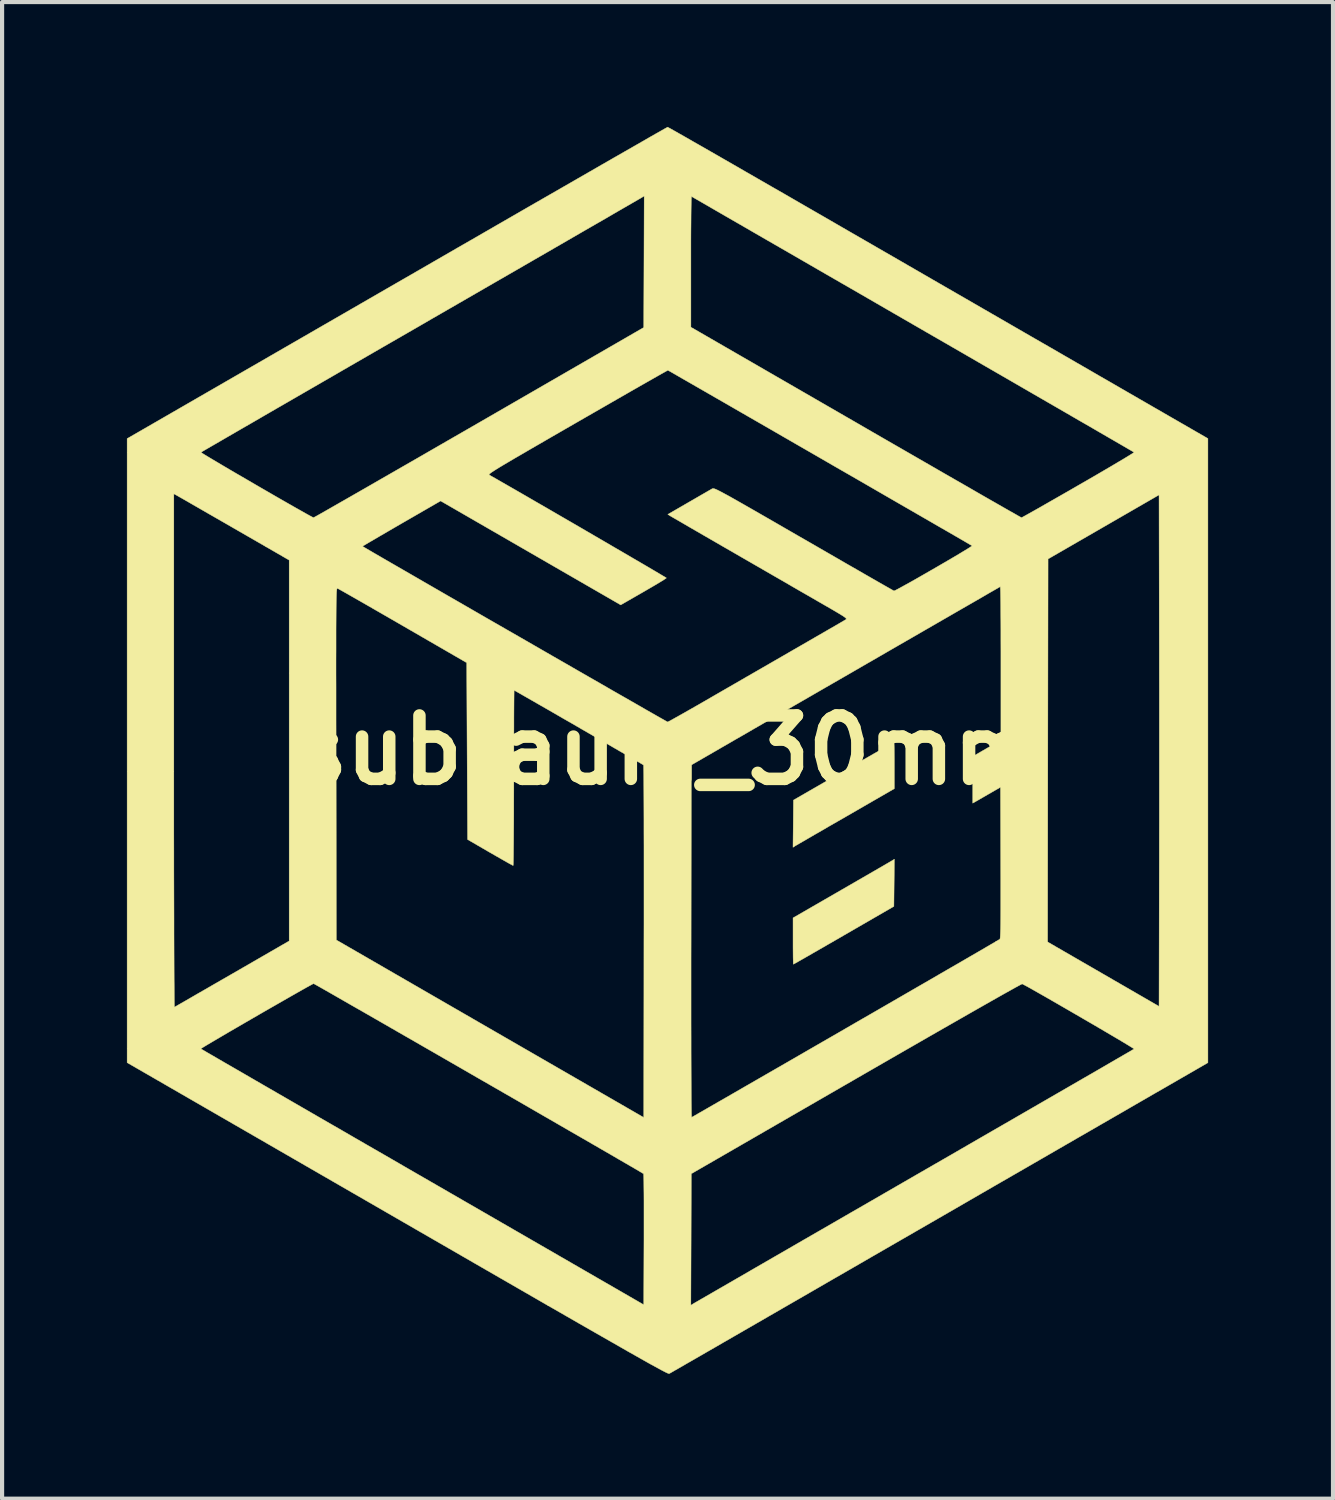
<source format=kicad_pcb>
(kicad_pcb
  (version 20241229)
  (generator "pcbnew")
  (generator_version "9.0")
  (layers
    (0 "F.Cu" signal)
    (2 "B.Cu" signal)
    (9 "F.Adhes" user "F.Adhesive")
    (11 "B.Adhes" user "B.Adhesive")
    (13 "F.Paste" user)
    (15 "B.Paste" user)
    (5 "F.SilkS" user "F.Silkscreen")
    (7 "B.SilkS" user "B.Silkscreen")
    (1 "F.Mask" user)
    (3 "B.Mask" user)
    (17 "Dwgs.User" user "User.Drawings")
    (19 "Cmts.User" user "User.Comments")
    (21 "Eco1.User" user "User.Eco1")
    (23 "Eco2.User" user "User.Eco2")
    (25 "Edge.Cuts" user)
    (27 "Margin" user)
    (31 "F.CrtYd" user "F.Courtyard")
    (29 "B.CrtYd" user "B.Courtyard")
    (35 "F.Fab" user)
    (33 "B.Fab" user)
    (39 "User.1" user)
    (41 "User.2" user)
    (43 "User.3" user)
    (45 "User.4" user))
  (footprint "subraum_30mm"
    (layer "F.Cu")
    (at 12.98 14.977)
    (property "Reference" "subraum_30mm" (at 0 0 0) (layer "F.SilkS") (effects (font (size 1.524 1.524) (thickness 0.3))))
    (attr through_hole)
    (fp_poly (pts (xy 5.455 -0.17) (xy 5.457 -0.113) (xy 5.459 -0.025) (xy 5.46 0.089) (xy 5.461 0.224) (xy 5.461 0.367) (xy 5.461 0.924) (xy 4.292 1.599) (xy 4.087 1.717) (xy 3.891 1.829) (xy 3.71 1.935) (xy 3.544 2.03) (xy 3.398 2.115) (xy 3.276 2.186) (xy 3.179 2.242) (xy 3.112 2.281) (xy 3.077 2.301) (xy 3.074 2.303) (xy 3.026 2.334) (xy 3.032 1.767) (xy 3.037 1.2) (xy 4.241 0.505) (xy 4.448 0.386) (xy 4.643 0.273) (xy 4.825 0.168) (xy 4.989 0.074) (xy 5.134 -0.009) (xy 5.255 -0.079) (xy 5.35 -0.133) (xy 5.416 -0.17) (xy 5.449 -0.189) (xy 5.453 -0.191) (xy 5.455 -0.17)) (stroke (width 0.01) (type solid)) (fill yes) (layer "F.SilkS"))
    (fp_poly (pts (xy 5.456 3.186) (xy 5.45 3.753) (xy 4.248 4.448) (xy 4.041 4.568) (xy 3.846 4.68) (xy 3.664 4.785) (xy 3.499 4.88) (xy 3.355 4.963) (xy 3.234 5.032) (xy 3.139 5.086) (xy 3.073 5.123) (xy 3.039 5.142) (xy 3.036 5.144) (xy 3.033 5.123) (xy 3.031 5.066) (xy 3.029 4.978) (xy 3.028 4.864) (xy 3.027 4.729) (xy 3.027 4.587) (xy 3.027 4.03) (xy 4.196 3.355) (xy 4.401 3.237) (xy 4.596 3.124) (xy 4.778 3.019) (xy 4.944 2.923) (xy 5.089 2.839) (xy 5.212 2.768) (xy 5.309 2.711) (xy 5.376 2.672) (xy 5.411 2.652) (xy 5.414 2.65) (xy 5.462 2.619) (xy 5.456 3.186)) (stroke (width 0.01) (type solid)) (fill yes) (layer "F.SilkS"))
    (fp_poly (pts (xy 0.033 -14.961) (xy 0.089 -14.931) (xy 0.177 -14.881) (xy 0.297 -14.813) (xy 0.447 -14.728) (xy 0.624 -14.626) (xy 0.828 -14.51) (xy 1.056 -14.379) (xy 1.308 -14.234) (xy 1.58 -14.078) (xy 1.871 -13.91) (xy 2.18 -13.732) (xy 2.505 -13.545) (xy 2.845 -13.35) (xy 3.196 -13.147) (xy 3.558 -12.938) (xy 3.77 -12.816) (xy 4.42 -12.44) (xy 5.035 -12.085) (xy 5.616 -11.75) (xy 6.164 -11.433) (xy 6.68 -11.135) (xy 7.167 -10.854) (xy 7.624 -10.59) (xy 8.054 -10.342) (xy 8.457 -10.109) (xy 8.836 -9.89) (xy 9.191 -9.686) (xy 9.523 -9.494) (xy 9.834 -9.314) (xy 10.126 -9.146) (xy 10.398 -8.988) (xy 10.654 -8.841) (xy 10.894 -8.702) (xy 11.119 -8.572) (xy 11.33 -8.45) (xy 11.53 -8.335) (xy 11.718 -8.226) (xy 11.898 -8.123) (xy 11.933 -8.102) (xy 12.996 -7.489) (xy 12.996 7.51) (xy 11.933 8.124) (xy 11.737 8.236) (xy 11.511 8.367) (xy 11.259 8.512) (xy 10.989 8.669) (xy 10.704 8.833) (xy 10.411 9.002) (xy 10.117 9.172) (xy 9.825 9.34) (xy 9.543 9.503) (xy 9.313 9.636) (xy 8.588 10.055) (xy 7.899 10.452) (xy 7.245 10.83) (xy 6.626 11.188) (xy 6.04 11.526) (xy 5.487 11.845) (xy 4.965 12.146) (xy 4.476 12.429) (xy 4.016 12.694) (xy 3.587 12.942) (xy 3.186 13.174) (xy 2.813 13.389) (xy 2.468 13.588) (xy 2.15 13.772) (xy 1.858 13.94) (xy 1.59 14.095) (xy 1.347 14.235) (xy 1.128 14.362) (xy 0.931 14.475) (xy 0.757 14.576) (xy 0.604 14.664) (xy 0.471 14.74) (xy 0.358 14.806) (xy 0.264 14.86) (xy 0.188 14.903) (xy 0.13 14.937) (xy 0.088 14.961) (xy 0.062 14.975) (xy 0.052 14.981) (xy 0.044 14.981) (xy 0.03 14.977) (xy 0.006 14.967) (xy -0.027 14.952) (xy -0.07 14.93) (xy -0.126 14.901) (xy -0.194 14.864) (xy -0.276 14.819) (xy -0.374 14.766) (xy -0.487 14.703) (xy -0.618 14.629) (xy -0.766 14.545) (xy -0.935 14.45) (xy -1.123 14.342) (xy -1.333 14.222) (xy -1.566 14.089) (xy -1.823 13.942) (xy -2.104 13.781) (xy -2.411 13.604) (xy -2.745 13.412) (xy -2.873 13.339) (xy 0.571 13.339) (xy 0.64 13.296) (xy 0.664 13.282) (xy 0.723 13.248) (xy 0.816 13.194) (xy 0.941 13.122) (xy 1.097 13.032) (xy 1.282 12.925) (xy 1.495 12.802) (xy 1.734 12.664) (xy 1.998 12.511) (xy 2.285 12.345) (xy 2.595 12.166) (xy 2.924 11.976) (xy 3.273 11.774) (xy 3.639 11.563) (xy 4.022 11.342) (xy 4.418 11.113) (xy 4.828 10.877) (xy 5.25 10.633) (xy 5.681 10.384) (xy 5.958 10.224) (xy 6.395 9.972) (xy 6.822 9.726) (xy 7.238 9.485) (xy 7.641 9.252) (xy 8.031 9.027) (xy 8.405 8.811) (xy 8.763 8.604) (xy 9.102 8.408) (xy 9.422 8.223) (xy 9.72 8.051) (xy 9.996 7.891) (xy 10.248 7.746) (xy 10.474 7.615) (xy 10.673 7.499) (xy 10.844 7.4) (xy 10.985 7.318) (xy 11.094 7.255) (xy 11.171 7.21) (xy 11.214 7.185) (xy 11.222 7.179) (xy 11.206 7.167) (xy 11.157 7.136) (xy 11.079 7.088) (xy 10.973 7.024) (xy 10.846 6.948) (xy 10.698 6.861) (xy 10.535 6.765) (xy 10.36 6.662) (xy 10.175 6.554) (xy 9.985 6.444) (xy 9.793 6.332) (xy 9.603 6.222) (xy 9.418 6.115) (xy 9.241 6.013) (xy 9.076 5.918) (xy 8.926 5.833) (xy 8.796 5.759) (xy 8.688 5.698) (xy 8.605 5.653) (xy 8.552 5.625) (xy 8.533 5.616) (xy 8.512 5.626) (xy 8.455 5.656) (xy 8.365 5.705) (xy 8.243 5.773) (xy 8.091 5.858) (xy 7.909 5.961) (xy 7.701 6.079) (xy 7.467 6.212) (xy 7.209 6.359) (xy 6.928 6.52) (xy 6.627 6.692) (xy 6.306 6.876) (xy 5.967 7.071) (xy 5.612 7.275) (xy 5.242 7.488) (xy 4.859 7.709) (xy 4.54 7.893) (xy 0.582 10.178) (xy 0.577 11.758) (xy 0.571 13.339) (xy -2.873 13.339) (xy -3.107 13.204) (xy -3.499 12.978) (xy -3.92 12.735) (xy -4.373 12.474) (xy -4.858 12.194) (xy -5.376 11.895) (xy -5.929 11.576) (xy -6.483 11.256) (xy -12.975 7.508) (xy -12.975 7.176) (xy -11.204 7.176) (xy -11.185 7.187) (xy -11.131 7.218) (xy -11.043 7.27) (xy -10.923 7.339) (xy -10.772 7.427) (xy -10.591 7.532) (xy -10.383 7.652) (xy -10.148 7.788) (xy -9.888 7.939) (xy -9.604 8.103) (xy -9.298 8.28) (xy -8.971 8.469) (xy -8.625 8.669) (xy -8.261 8.88) (xy -7.88 9.099) (xy -7.485 9.328) (xy -7.076 9.564) (xy -6.654 9.807) (xy -6.223 10.057) (xy -5.878 10.256) (xy -0.561 13.326) (xy -0.555 11.76) (xy -0.555 11.506) (xy -0.555 11.265) (xy -0.555 11.039) (xy -0.555 10.832) (xy -0.556 10.648) (xy -0.558 10.489) (xy -0.559 10.36) (xy -0.561 10.262) (xy -0.564 10.201) (xy -0.566 10.178) (xy -0.587 10.166) (xy -0.642 10.133) (xy -0.729 10.081) (xy -0.848 10.012) (xy -0.994 9.927) (xy -1.167 9.827) (xy -1.364 9.712) (xy -1.584 9.585) (xy -1.824 9.446) (xy -2.082 9.297) (xy -2.356 9.139) (xy -2.645 8.972) (xy -2.945 8.799) (xy -3.256 8.619) (xy -3.574 8.435) (xy -3.899 8.248) (xy -4.227 8.059) (xy -4.558 7.869) (xy -4.888 7.678) (xy -5.216 7.489) (xy -5.539 7.303) (xy -5.857 7.12) (xy -6.166 6.942) (xy -6.464 6.771) (xy -6.75 6.606) (xy -7.022 6.45) (xy -7.277 6.303) (xy -7.514 6.168) (xy -7.73 6.044) (xy -7.923 5.933) (xy -8.092 5.836) (xy -8.234 5.755) (xy -8.347 5.691) (xy -8.43 5.644) (xy -8.479 5.617) (xy -8.494 5.609) (xy -8.516 5.619) (xy -8.571 5.649) (xy -8.655 5.695) (xy -8.765 5.757) (xy -8.897 5.832) (xy -9.048 5.918) (xy -9.214 6.013) (xy -9.392 6.115) (xy -9.579 6.222) (xy -9.77 6.332) (xy -9.963 6.444) (xy -10.153 6.554) (xy -10.339 6.662) (xy -10.515 6.764) (xy -10.678 6.86) (xy -10.826 6.947) (xy -10.955 7.023) (xy -11.06 7.085) (xy -11.139 7.133) (xy -11.188 7.164) (xy -11.204 7.176) (xy -12.975 7.176) (xy -12.975 0.011) (xy -11.853 0.011) (xy -11.853 0.519) (xy -11.853 1.016) (xy -11.853 1.501) (xy -11.853 1.971) (xy -11.852 2.424) (xy -11.852 2.86) (xy -11.851 3.277) (xy -11.85 3.673) (xy -11.849 4.045) (xy -11.849 4.394) (xy -11.848 4.716) (xy -11.847 5.011) (xy -11.846 5.277) (xy -11.845 5.511) (xy -11.843 5.713) (xy -11.842 5.88) (xy -11.841 6.012) (xy -11.84 6.106) (xy -11.839 6.16) (xy -11.837 6.175) (xy -11.817 6.163) (xy -11.763 6.132) (xy -11.678 6.083) (xy -11.564 6.018) (xy -11.426 5.938) (xy -11.266 5.845) (xy -11.086 5.742) (xy -10.889 5.628) (xy -10.679 5.507) (xy -10.458 5.38) (xy -10.451 5.376) (xy -9.081 4.585) (xy -9.081 -2.157) (xy -7.956 -2.157) (xy -7.956 -1.853) (xy -7.955 -1.516) (xy -7.955 -1.144) (xy -7.955 -0.735) (xy -7.954 -0.287) (xy -7.954 0.2) (xy -7.953 0.331) (xy -7.948 4.561) (xy -4.255 6.694) (xy -0.561 8.826) (xy -0.557 5.82) (xy 0.576 5.82) (xy 0.576 6.201) (xy 0.576 6.563) (xy 0.577 6.907) (xy 0.577 7.228) (xy 0.578 7.526) (xy 0.579 7.798) (xy 0.58 8.043) (xy 0.581 8.258) (xy 0.582 8.441) (xy 0.584 8.591) (xy 0.585 8.705) (xy 0.587 8.782) (xy 0.589 8.82) (xy 0.589 8.823) (xy 0.609 8.812) (xy 0.664 8.781) (xy 0.752 8.73) (xy 0.871 8.662) (xy 1.02 8.576) (xy 1.197 8.474) (xy 1.401 8.357) (xy 1.628 8.226) (xy 1.879 8.081) (xy 2.15 7.925) (xy 2.441 7.757) (xy 2.749 7.58) (xy 3.073 7.393) (xy 3.41 7.198) (xy 3.76 6.996) (xy 4.121 6.788) (xy 4.288 6.691) (xy 4.653 6.48) (xy 5.009 6.275) (xy 5.353 6.076) (xy 5.683 5.885) (xy 5.999 5.702) (xy 6.299 5.529) (xy 6.579 5.366) (xy 6.84 5.215) (xy 7.079 5.077) (xy 7.294 4.952) (xy 7.484 4.842) (xy 7.647 4.747) (xy 7.78 4.669) (xy 7.884 4.609) (xy 7.884 4.608) (xy 9.144 4.608) (xy 10.483 5.382) (xy 11.822 6.156) (xy 11.827 3.09) (xy 11.828 2.661) (xy 11.828 2.197) (xy 11.829 1.704) (xy 11.829 1.188) (xy 11.829 0.658) (xy 11.829 0.12) (xy 11.829 -0.42) (xy 11.829 -0.954) (xy 11.829 -1.476) (xy 11.828 -1.979) (xy 11.828 -2.457) (xy 11.827 -2.901) (xy 11.827 -3.055) (xy 11.822 -6.135) (xy 9.155 -4.595) (xy 9.149 0.007) (xy 9.144 4.608) (xy 7.884 4.608) (xy 7.954 4.567) (xy 7.991 4.545) (xy 7.996 4.542) (xy 8.001 4.529) (xy 8.005 4.5) (xy 8.008 4.451) (xy 8.011 4.381) (xy 8.014 4.286) (xy 8.016 4.166) (xy 8.017 4.018) (xy 8.018 3.838) (xy 8.018 3.626) (xy 8.018 3.379) (xy 8.018 3.095) (xy 8.017 2.771) (xy 8.017 2.703) (xy 8.012 0.889) (xy 7.8 1.012) (xy 7.7 1.069) (xy 7.6 1.127) (xy 7.512 1.178) (xy 7.467 1.204) (xy 7.345 1.273) (xy 7.345 0.151) (xy 7.684 -0.045) (xy 8.022 -0.241) (xy 8.022 -2.09) (xy 8.022 -2.366) (xy 8.021 -2.629) (xy 8.021 -2.876) (xy 8.02 -3.105) (xy 8.018 -3.312) (xy 8.017 -3.494) (xy 8.015 -3.648) (xy 8.013 -3.772) (xy 8.011 -3.862) (xy 8.008 -3.916) (xy 8.006 -3.93) (xy 7.987 -3.919) (xy 7.932 -3.887) (xy 7.845 -3.837) (xy 7.726 -3.769) (xy 7.579 -3.683) (xy 7.404 -3.582) (xy 7.204 -3.467) (xy 6.98 -3.338) (xy 6.734 -3.196) (xy 6.469 -3.043) (xy 6.186 -2.88) (xy 5.887 -2.707) (xy 5.574 -2.527) (xy 5.249 -2.339) (xy 4.914 -2.145) (xy 4.826 -2.095) (xy 4.479 -1.894) (xy 4.136 -1.696) (xy 3.799 -1.502) (xy 3.472 -1.313) (xy 3.155 -1.13) (xy 2.853 -0.956) (xy 2.566 -0.79) (xy 2.297 -0.635) (xy 2.049 -0.492) (xy 1.824 -0.361) (xy 1.623 -0.246) (xy 1.451 -0.146) (xy 1.308 -0.064) (xy 1.197 0.001) (xy 1.122 0.044) (xy 0.582 0.356) (xy 0.577 4.593) (xy 0.576 5.014) (xy 0.576 5.424) (xy 0.576 5.82) (xy -0.557 5.82) (xy -0.556 4.6) (xy -0.555 4.18) (xy -0.555 3.771) (xy -0.555 3.375) (xy -0.555 2.995) (xy -0.555 2.632) (xy -0.555 2.289) (xy -0.556 1.967) (xy -0.556 1.668) (xy -0.557 1.395) (xy -0.558 1.149) (xy -0.559 0.932) (xy -0.56 0.747) (xy -0.561 0.595) (xy -0.563 0.479) (xy -0.564 0.4) (xy -0.566 0.361) (xy -0.566 0.357) (xy -0.586 0.344) (xy -0.64 0.312) (xy -0.723 0.264) (xy -0.833 0.199) (xy -0.967 0.121) (xy -1.121 0.032) (xy -1.292 -0.067) (xy -1.476 -0.174) (xy -1.671 -0.287) (xy -1.874 -0.404) (xy -2.08 -0.523) (xy -2.286 -0.643) (xy -2.491 -0.76) (xy -2.689 -0.875) (xy -2.878 -0.984) (xy -3.055 -1.085) (xy -3.216 -1.178) (xy -3.358 -1.259) (xy -3.478 -1.328) (xy -3.572 -1.382) (xy -3.638 -1.419) (xy -3.671 -1.438) (xy -3.675 -1.439) (xy -3.676 -1.419) (xy -3.677 -1.358) (xy -3.678 -1.262) (xy -3.679 -1.131) (xy -3.68 -0.969) (xy -3.681 -0.78) (xy -3.681 -0.565) (xy -3.682 -0.327) (xy -3.682 -0.07) (xy -3.683 0.204) (xy -3.683 0.492) (xy -3.683 0.667) (xy -3.683 0.961) (xy -3.684 1.244) (xy -3.684 1.511) (xy -3.685 1.76) (xy -3.687 1.989) (xy -3.688 2.194) (xy -3.69 2.372) (xy -3.691 2.522) (xy -3.693 2.639) (xy -3.695 2.721) (xy -3.698 2.765) (xy -3.699 2.772) (xy -3.721 2.762) (xy -3.774 2.733) (xy -3.855 2.688) (xy -3.958 2.629) (xy -4.079 2.56) (xy -4.214 2.482) (xy -4.255 2.459) (xy -4.794 2.146) (xy -4.805 0.022) (xy -4.815 -2.102) (xy -6.35 -2.99) (xy -6.585 -3.126) (xy -6.809 -3.255) (xy -7.021 -3.377) (xy -7.217 -3.49) (xy -7.395 -3.592) (xy -7.551 -3.681) (xy -7.684 -3.757) (xy -7.79 -3.817) (xy -7.867 -3.86) (xy -7.911 -3.884) (xy -7.922 -3.889) (xy -7.926 -3.889) (xy -7.93 -3.884) (xy -7.934 -3.874) (xy -7.937 -3.857) (xy -7.94 -3.83) (xy -7.943 -3.792) (xy -7.945 -3.741) (xy -7.947 -3.676) (xy -7.949 -3.594) (xy -7.951 -3.495) (xy -7.952 -3.377) (xy -7.953 -3.237) (xy -7.954 -3.074) (xy -7.955 -2.886) (xy -7.955 -2.672) (xy -7.955 -2.429) (xy -7.956 -2.157) (xy -9.081 -2.157) (xy -9.081 -4.567) (xy -9.655 -4.899) (xy -7.318 -4.899) (xy -7.298 -4.886) (xy -7.243 -4.854) (xy -7.156 -4.803) (xy -7.038 -4.734) (xy -6.893 -4.65) (xy -6.721 -4.55) (xy -6.525 -4.437) (xy -6.308 -4.312) (xy -6.071 -4.175) (xy -5.817 -4.028) (xy -5.547 -3.872) (xy -5.265 -3.709) (xy -4.971 -3.54) (xy -4.668 -3.365) (xy -4.358 -3.186) (xy -4.043 -3.005) (xy -3.726 -2.823) (xy -3.408 -2.64) (xy -3.092 -2.458) (xy -2.78 -2.278) (xy -2.473 -2.102) (xy -2.175 -1.93) (xy -1.886 -1.764) (xy -1.61 -1.606) (xy -1.349 -1.455) (xy -1.104 -1.315) (xy -0.877 -1.185) (xy -0.671 -1.067) (xy -0.489 -0.962) (xy -0.331 -0.872) (xy -0.2 -0.797) (xy -0.098 -0.74) (xy -0.028 -0.7) (xy 0.008 -0.68) (xy 0.013 -0.677) (xy 0.035 -0.688) (xy 0.091 -0.717) (xy 0.176 -0.765) (xy 0.289 -0.828) (xy 0.424 -0.904) (xy 0.58 -0.993) (xy 0.752 -1.091) (xy 0.938 -1.198) (xy 1.103 -1.294) (xy 1.344 -1.433) (xy 1.611 -1.587) (xy 1.896 -1.752) (xy 2.188 -1.92) (xy 2.479 -2.088) (xy 2.76 -2.25) (xy 3.021 -2.401) (xy 3.217 -2.514) (xy 3.411 -2.626) (xy 3.594 -2.732) (xy 3.764 -2.83) (xy 3.916 -2.918) (xy 4.048 -2.994) (xy 4.156 -3.057) (xy 4.236 -3.104) (xy 4.286 -3.133) (xy 4.301 -3.143) (xy 4.308 -3.153) (xy 4.3 -3.169) (xy 4.273 -3.193) (xy 4.224 -3.227) (xy 4.148 -3.274) (xy 4.042 -3.337) (xy 3.931 -3.402) (xy 3.851 -3.448) (xy 3.738 -3.513) (xy 3.596 -3.595) (xy 3.427 -3.693) (xy 3.235 -3.803) (xy 3.024 -3.925) (xy 2.797 -4.057) (xy 2.557 -4.195) (xy 2.308 -4.339) (xy 2.053 -4.486) (xy 1.831 -4.614) (xy 1.584 -4.757) (xy 1.346 -4.894) (xy 1.12 -5.025) (xy 0.91 -5.146) (xy 0.717 -5.258) (xy 0.544 -5.358) (xy 0.395 -5.445) (xy 0.271 -5.517) (xy 0.175 -5.572) (xy 0.11 -5.61) (xy 0.079 -5.628) (xy 0.078 -5.629) (xy 0.018 -5.666) (xy 0.522 -5.958) (xy 0.657 -6.036) (xy 0.783 -6.109) (xy 0.894 -6.173) (xy 0.984 -6.225) (xy 1.048 -6.262) (xy 1.081 -6.281) (xy 1.082 -6.281) (xy 1.091 -6.286) (xy 1.102 -6.288) (xy 1.116 -6.287) (xy 1.137 -6.282) (xy 1.165 -6.272) (xy 1.203 -6.255) (xy 1.253 -6.23) (xy 1.317 -6.197) (xy 1.396 -6.154) (xy 1.494 -6.101) (xy 1.611 -6.035) (xy 1.75 -5.956) (xy 1.913 -5.863) (xy 2.102 -5.755) (xy 2.319 -5.63) (xy 2.566 -5.488) (xy 2.844 -5.327) (xy 3.156 -5.147) (xy 3.283 -5.074) (xy 3.561 -4.914) (xy 3.829 -4.759) (xy 4.084 -4.612) (xy 4.324 -4.473) (xy 4.548 -4.345) (xy 4.752 -4.227) (xy 4.935 -4.122) (xy 5.094 -4.031) (xy 5.227 -3.955) (xy 5.331 -3.896) (xy 5.405 -3.854) (xy 5.445 -3.831) (xy 5.453 -3.828) (xy 5.475 -3.836) (xy 5.53 -3.864) (xy 5.612 -3.908) (xy 5.717 -3.966) (xy 5.842 -4.035) (xy 5.982 -4.114) (xy 6.132 -4.2) (xy 6.29 -4.291) (xy 6.45 -4.383) (xy 6.608 -4.475) (xy 6.761 -4.564) (xy 6.904 -4.648) (xy 7.033 -4.725) (xy 7.144 -4.792) (xy 7.233 -4.846) (xy 7.295 -4.886) (xy 7.326 -4.908) (xy 7.329 -4.912) (xy 7.309 -4.924) (xy 7.255 -4.955) (xy 7.169 -5.006) (xy 7.052 -5.074) (xy 6.907 -5.158) (xy 6.736 -5.257) (xy 6.541 -5.369) (xy 6.324 -5.495) (xy 6.088 -5.631) (xy 5.834 -5.778) (xy 5.565 -5.933) (xy 5.283 -6.096) (xy 4.989 -6.266) (xy 4.687 -6.441) (xy 4.378 -6.619) (xy 4.063 -6.8) (xy 3.747 -6.983) (xy 3.43 -7.166) (xy 3.114 -7.348) (xy 2.802 -7.528) (xy 2.496 -7.705) (xy 2.199 -7.876) (xy 1.911 -8.042) (xy 1.635 -8.201) (xy 1.374 -8.352) (xy 1.13 -8.492) (xy 0.904 -8.622) (xy 0.699 -8.74) (xy 0.517 -8.845) (xy 0.36 -8.935) (xy 0.23 -9.01) (xy 0.13 -9.068) (xy 0.061 -9.107) (xy 0.025 -9.127) (xy 0.021 -9.13) (xy 0.001 -9.12) (xy -0.053 -9.09) (xy -0.139 -9.042) (xy -0.255 -8.976) (xy -0.399 -8.894) (xy -0.568 -8.798) (xy -0.759 -8.689) (xy -0.972 -8.567) (xy -1.203 -8.434) (xy -1.45 -8.292) (xy -1.711 -8.142) (xy -1.984 -7.985) (xy -2.156 -7.886) (xy -2.484 -7.697) (xy -2.777 -7.528) (xy -3.037 -7.377) (xy -3.266 -7.245) (xy -3.466 -7.128) (xy -3.639 -7.028) (xy -3.786 -6.941) (xy -3.91 -6.868) (xy -4.012 -6.807) (xy -4.094 -6.757) (xy -4.158 -6.716) (xy -4.207 -6.684) (xy -4.241 -6.66) (xy -4.263 -6.641) (xy -4.274 -6.628) (xy -4.278 -6.62) (xy -4.274 -6.614) (xy -4.271 -6.612) (xy -4.218 -6.582) (xy -4.134 -6.535) (xy -4.022 -6.47) (xy -3.884 -6.391) (xy -3.724 -6.299) (xy -3.543 -6.195) (xy -3.346 -6.081) (xy -3.134 -5.958) (xy -2.91 -5.829) (xy -2.678 -5.694) (xy -2.44 -5.556) (xy -2.198 -5.416) (xy -1.956 -5.275) (xy -1.716 -5.135) (xy -1.482 -4.999) (xy -1.255 -4.866) (xy -1.038 -4.74) (xy -0.835 -4.621) (xy -0.648 -4.512) (xy -0.48 -4.414) (xy -0.334 -4.328) (xy -0.212 -4.256) (xy -0.117 -4.199) (xy -0.052 -4.161) (xy -0.02 -4.141) (xy -0.017 -4.138) (xy -0.035 -4.124) (xy -0.085 -4.091) (xy -0.163 -4.043) (xy -0.264 -3.982) (xy -0.384 -3.912) (xy -0.518 -3.834) (xy -0.566 -3.806) (xy -1.114 -3.491) (xy -5.442 -5.99) (xy -6.383 -5.447) (xy -6.564 -5.342) (xy -6.734 -5.243) (xy -6.889 -5.153) (xy -7.025 -5.073) (xy -7.14 -5.006) (xy -7.229 -4.954) (xy -7.289 -4.918) (xy -7.317 -4.9) (xy -7.318 -4.899) (xy -9.655 -4.899) (xy -10.419 -5.339) (xy -10.639 -5.466) (xy -10.848 -5.586) (xy -11.045 -5.699) (xy -11.225 -5.803) (xy -11.387 -5.896) (xy -11.527 -5.977) (xy -11.642 -6.043) (xy -11.729 -6.092) (xy -11.784 -6.124) (xy -11.806 -6.136) (xy -11.853 -6.161) (xy -11.853 0.011) (xy -12.975 0.011) (xy -12.975 -7.158) (xy -11.201 -7.158) (xy -11.185 -7.146) (xy -11.136 -7.114) (xy -11.057 -7.066) (xy -10.952 -7.003) (xy -10.824 -6.927) (xy -10.676 -6.839) (xy -10.513 -6.743) (xy -10.337 -6.64) (xy -10.152 -6.533) (xy -9.962 -6.422) (xy -9.77 -6.31) (xy -9.579 -6.2) (xy -9.393 -6.092) (xy -9.215 -5.99) (xy -9.049 -5.895) (xy -8.898 -5.809) (xy -8.766 -5.735) (xy -8.657 -5.673) (xy -8.573 -5.627) (xy -8.518 -5.598) (xy -8.496 -5.588) (xy -8.475 -5.599) (xy -8.42 -5.629) (xy -8.331 -5.679) (xy -8.211 -5.747) (xy -8.061 -5.833) (xy -7.883 -5.935) (xy -7.678 -6.052) (xy -7.448 -6.184) (xy -7.195 -6.329) (xy -6.921 -6.487) (xy -6.627 -6.656) (xy -6.314 -6.836) (xy -5.985 -7.025) (xy -5.642 -7.223) (xy -5.285 -7.429) (xy -4.917 -7.641) (xy -4.539 -7.859) (xy -4.516 -7.872) (xy -0.561 -10.157) (xy -0.555 -11.737) (xy -0.555 -11.749) (xy 0.572 -11.749) (xy 0.572 -10.165) (xy 4.534 -7.877) (xy 4.912 -7.658) (xy 5.281 -7.445) (xy 5.639 -7.239) (xy 5.984 -7.04) (xy 6.314 -6.85) (xy 6.627 -6.669) (xy 6.923 -6.499) (xy 7.199 -6.341) (xy 7.453 -6.194) (xy 7.684 -6.061) (xy 7.891 -5.943) (xy 8.071 -5.84) (xy 8.223 -5.753) (xy 8.346 -5.684) (xy 8.436 -5.632) (xy 8.494 -5.6) (xy 8.517 -5.588) (xy 8.517 -5.588) (xy 8.538 -5.598) (xy 8.593 -5.628) (xy 8.679 -5.676) (xy 8.793 -5.74) (xy 8.932 -5.818) (xy 9.092 -5.91) (xy 9.272 -6.013) (xy 9.468 -6.125) (xy 9.678 -6.245) (xy 9.887 -6.366) (xy 10.106 -6.492) (xy 10.313 -6.612) (xy 10.506 -6.725) (xy 10.682 -6.828) (xy 10.838 -6.921) (xy 10.972 -7) (xy 11.08 -7.066) (xy 11.159 -7.115) (xy 11.208 -7.146) (xy 11.222 -7.158) (xy 11.203 -7.17) (xy 11.148 -7.202) (xy 11.06 -7.253) (xy 10.94 -7.323) (xy 10.788 -7.411) (xy 10.607 -7.516) (xy 10.398 -7.637) (xy 10.163 -7.774) (xy 9.902 -7.924) (xy 9.618 -8.089) (xy 9.312 -8.266) (xy 8.985 -8.455) (xy 8.639 -8.655) (xy 8.275 -8.866) (xy 7.894 -9.086) (xy 7.499 -9.314) (xy 7.09 -9.551) (xy 6.669 -9.794) (xy 6.237 -10.043) (xy 5.905 -10.235) (xy 5.467 -10.488) (xy 5.038 -10.736) (xy 4.62 -10.978) (xy 4.214 -11.212) (xy 3.822 -11.438) (xy 3.445 -11.656) (xy 3.085 -11.864) (xy 2.744 -12.061) (xy 2.421 -12.247) (xy 2.12 -12.421) (xy 1.842 -12.582) (xy 1.587 -12.729) (xy 1.358 -12.861) (xy 1.156 -12.978) (xy 0.982 -13.079) (xy 0.838 -13.162) (xy 0.725 -13.227) (xy 0.645 -13.273) (xy 0.599 -13.3) (xy 0.587 -13.307) (xy 0.585 -13.288) (xy 0.582 -13.23) (xy 0.58 -13.136) (xy 0.578 -13.009) (xy 0.576 -12.853) (xy 0.575 -12.671) (xy 0.573 -12.467) (xy 0.572 -12.243) (xy 0.572 -12.002) (xy 0.572 -11.749) (xy -0.555 -11.749) (xy -0.55 -13.317) (xy -0.619 -13.275) (xy -0.643 -13.261) (xy -0.702 -13.227) (xy -0.795 -13.173) (xy -0.92 -13.101) (xy -1.076 -13.011) (xy -1.261 -12.904) (xy -1.473 -12.78) (xy -1.713 -12.642) (xy -1.977 -12.49) (xy -2.264 -12.324) (xy -2.573 -12.145) (xy -2.903 -11.954) (xy -3.252 -11.753) (xy -3.618 -11.541) (xy -4 -11.321) (xy -4.397 -11.092) (xy -4.807 -10.855) (xy -5.228 -10.612) (xy -5.66 -10.363) (xy -5.937 -10.202) (xy -6.374 -9.95) (xy -6.801 -9.704) (xy -7.216 -9.464) (xy -7.62 -9.231) (xy -8.01 -9.005) (xy -8.384 -8.789) (xy -8.741 -8.583) (xy -9.081 -8.386) (xy -9.4 -8.202) (xy -9.699 -8.029) (xy -9.974 -7.869) (xy -10.226 -7.724) (xy -10.452 -7.593) (xy -10.652 -7.477) (xy -10.822 -7.378) (xy -10.963 -7.297) (xy -11.073 -7.233) (xy -11.15 -7.188) (xy -11.192 -7.163) (xy -11.201 -7.158) (xy -12.975 -7.158) (xy -12.975 -7.487) (xy -6.493 -11.229) (xy -6.007 -11.509) (xy -5.531 -11.784) (xy -5.066 -12.053) (xy -4.612 -12.314) (xy -4.172 -12.568) (xy -3.746 -12.814) (xy -3.337 -13.05) (xy -2.944 -13.276) (xy -2.57 -13.491) (xy -2.216 -13.695) (xy -1.882 -13.887) (xy -1.572 -14.066) (xy -1.285 -14.231) (xy -1.023 -14.381) (xy -0.787 -14.516) (xy -0.58 -14.635) (xy -0.401 -14.738) (xy -0.252 -14.823) (xy -0.135 -14.889) (xy -0.051 -14.937) (xy -0.001 -14.964) (xy 0.013 -14.972) (xy 0.033 -14.961)) (stroke (width 0.01) (type solid)) (fill yes) (layer "F.SilkS")))
  (gr_rect
    (start -3 -3)
    (end 28.982 32.963)
    (stroke (width 0.1) (type default))
    (fill no)
    (layer "Edge.Cuts")))
</source>
